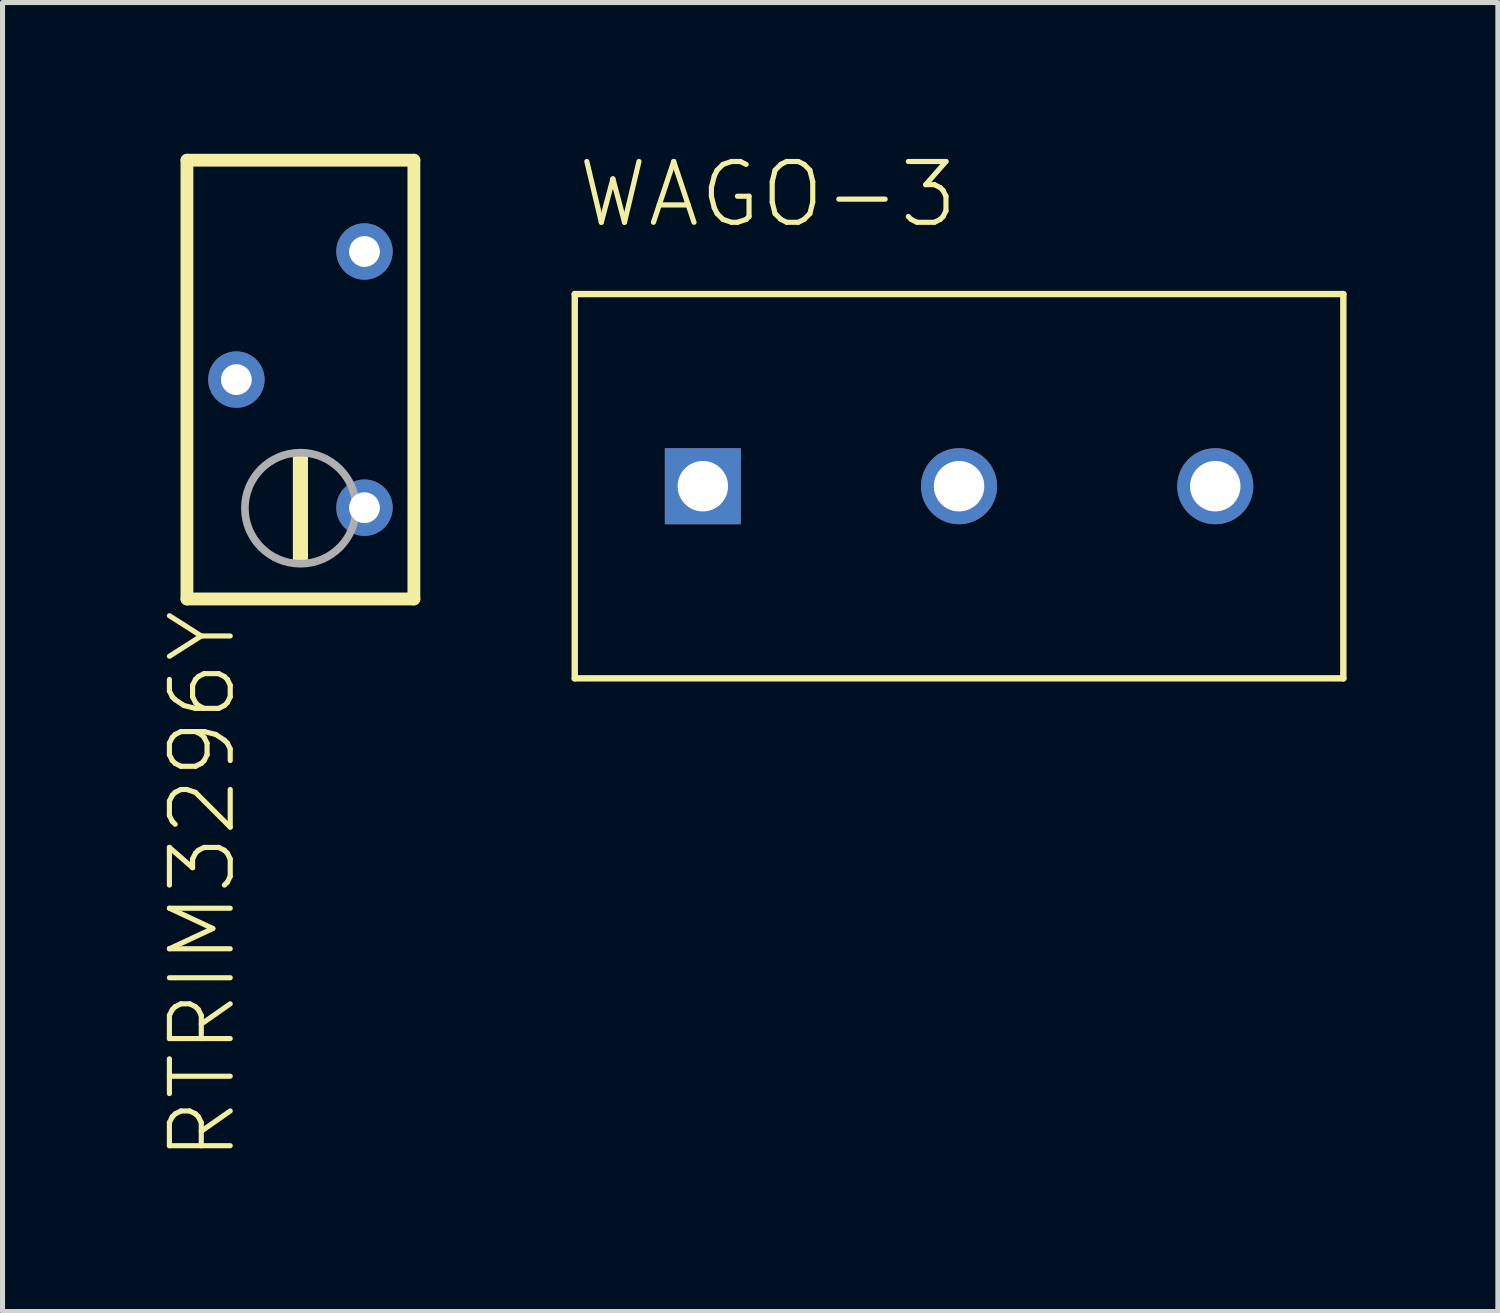
<source format=kicad_pcb>
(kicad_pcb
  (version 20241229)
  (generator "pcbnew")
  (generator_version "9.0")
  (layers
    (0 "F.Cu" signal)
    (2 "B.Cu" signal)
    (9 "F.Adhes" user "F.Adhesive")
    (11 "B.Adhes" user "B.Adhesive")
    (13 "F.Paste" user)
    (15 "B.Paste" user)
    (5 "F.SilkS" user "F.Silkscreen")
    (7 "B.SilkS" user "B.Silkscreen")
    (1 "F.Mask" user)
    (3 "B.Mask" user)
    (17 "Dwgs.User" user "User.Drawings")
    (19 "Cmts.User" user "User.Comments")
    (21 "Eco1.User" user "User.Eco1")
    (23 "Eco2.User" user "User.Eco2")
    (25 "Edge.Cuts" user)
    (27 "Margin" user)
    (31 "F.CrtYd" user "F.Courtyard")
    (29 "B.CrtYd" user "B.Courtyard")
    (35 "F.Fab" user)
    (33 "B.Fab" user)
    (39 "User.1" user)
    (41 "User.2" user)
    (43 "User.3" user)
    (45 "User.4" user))
  (footprint "WAGO-3"
    (layer "F.Cu")
    (at 15.967 6.591)
    (property "Reference" "WAGO-3" (at -7.62 -5.08 0) (layer "F.SilkS") (effects (font (size 1.206 1.206) (thickness 0.102)) (justify left bottom)))
    (attr through_hole)
    (fp_line (start -7.62 -3.81) (end -7.62 3.81) (stroke (width 0.127) (type solid)) (layer "F.SilkS"))
    (fp_line (start -7.62 3.81) (end 7.62 3.81) (stroke (width 0.127) (type solid)) (layer "F.SilkS"))
    (fp_line (start 7.62 -3.81) (end -7.62 -3.81) (stroke (width 0.127) (type solid)) (layer "F.SilkS"))
    (fp_line (start 7.62 3.81) (end 7.62 -3.81) (stroke (width 0.127) (type solid)) (layer "F.SilkS"))
    (pad "P$1" thru_hole rect (at -5.08 0 180) (size 1.508 1.508) (drill 1) (layers "*.Cu" "*.Mask"))
    (pad "P$2" thru_hole circle (at 0 0 180) (size 1.508 1.508) (drill 1) (layers "*.Cu" "*.Mask"))
    (pad "P$3" thru_hole circle (at 5.08 0 180) (size 1.508 1.508) (drill 1) (layers "*.Cu" "*.Mask")))
  (footprint "RTRIM3296Y"
    (layer "F.Cu")
    (at 2.907 4.477)
    (property "Reference" "RTRIM3296Y" (at -2.65 4.5 90) (layer "F.SilkS") (effects (font (size 1.206 1.206) (thickness 0.102)) (justify right top)))
    (attr through_hole)
    (fp_line (start -2.25 -4.35) (end 2.25 -4.35) (stroke (width 0.254) (type solid)) (layer "F.SilkS"))
    (fp_line (start -2.25 4.35) (end -2.25 -4.35) (stroke (width 0.254) (type solid)) (layer "F.SilkS"))
    (fp_line (start 2.25 -4.35) (end 2.25 4.35) (stroke (width 0.254) (type solid)) (layer "F.SilkS"))
    (fp_line (start 2.25 4.35) (end -2.25 4.35) (stroke (width 0.254) (type solid)) (layer "F.SilkS"))
    (fp_poly (pts (xy -0.15 3.6) (xy 0.15 3.6) (xy 0.15 1.5) (xy -0.15 1.5)) (stroke (width 0) (type solid)) (fill yes) (layer "F.SilkS"))
    (fp_circle (center 0 2.55) (end 1.101 2.55) (stroke (width 0.152) (type solid)) (fill no) (layer "F.Fab"))
    (pad "1" thru_hole circle (at 1.27 2.54) (size 1.118 1.118) (drill 0.61) (layers "*.Cu" "*.Mask"))
    (pad "2" thru_hole circle (at -1.27 0) (size 1.118 1.118) (drill 0.61) (layers "*.Cu" "*.Mask"))
    (pad "3" thru_hole circle (at 1.27 -2.54) (size 1.118 1.118) (drill 0.61) (layers "*.Cu" "*.Mask")))
  (gr_rect
    (start -3 -3)
    (end 26.651 22.956)
    (stroke (width 0.1) (type default))
    (fill no)
    (layer "Edge.Cuts")))
</source>
